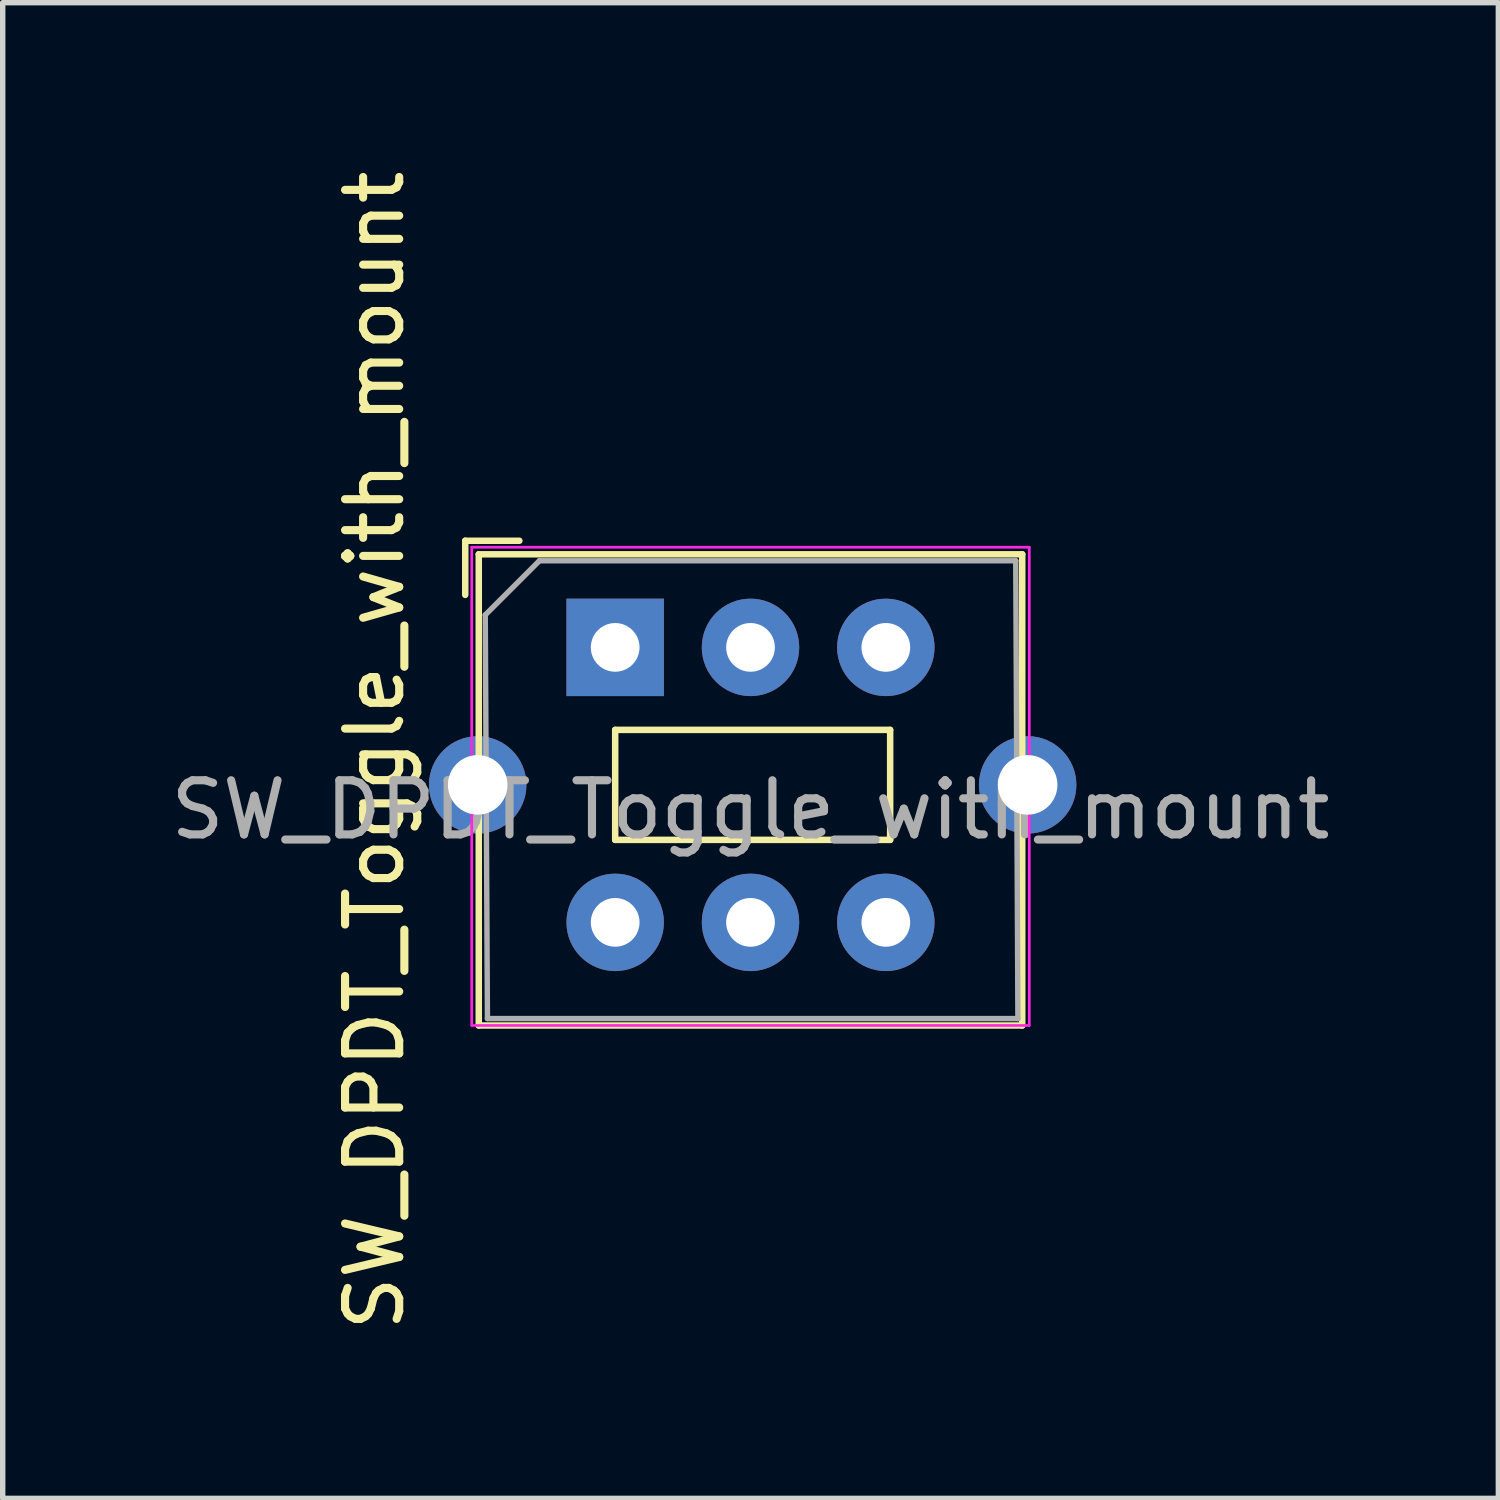
<source format=kicad_pcb>
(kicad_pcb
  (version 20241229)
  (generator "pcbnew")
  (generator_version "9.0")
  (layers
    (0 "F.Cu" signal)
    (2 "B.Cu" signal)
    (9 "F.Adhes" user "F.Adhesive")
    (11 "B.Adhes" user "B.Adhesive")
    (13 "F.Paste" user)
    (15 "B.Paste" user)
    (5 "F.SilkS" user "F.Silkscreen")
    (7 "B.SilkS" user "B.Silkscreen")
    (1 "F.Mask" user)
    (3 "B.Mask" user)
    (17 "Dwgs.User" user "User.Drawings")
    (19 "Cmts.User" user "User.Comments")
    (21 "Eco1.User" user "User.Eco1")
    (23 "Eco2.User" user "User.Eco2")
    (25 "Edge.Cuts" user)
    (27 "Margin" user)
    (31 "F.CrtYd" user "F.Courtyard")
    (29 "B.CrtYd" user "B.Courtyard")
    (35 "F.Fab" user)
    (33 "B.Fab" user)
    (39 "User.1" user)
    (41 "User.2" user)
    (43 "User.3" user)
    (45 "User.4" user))
  (footprint "SW_DPDT_Toggle_with_mount"
    (layer "F.Cu")
    (at 8.315 8.91)
    (property "Reference" "SW_DPDT_Toggle_with_mount" (at -4.445 1.905 270) (layer "F.SilkS") (effects (font (size 1 1) (thickness 0.15))))
    (attr through_hole)
    (fp_line (start -2.77 -0.97) (end -2.77 -1.97) (stroke (width 0.12) (type solid)) (layer "F.SilkS"))
    (fp_line (start -2.52 6.985) (end -2.52 -1.72) (stroke (width 0.12) (type solid)) (layer "F.SilkS"))
    (fp_line (start -1.77 -1.97) (end -2.77 -1.97) (stroke (width 0.12) (type solid)) (layer "F.SilkS"))
    (fp_line (start 0 1.524) (end 0 3.556) (stroke (width 0.12) (type solid)) (layer "F.SilkS"))
    (fp_line (start 5.08 1.524) (end 0 1.524) (stroke (width 0.12) (type solid)) (layer "F.SilkS"))
    (fp_line (start 5.08 1.524) (end 5.08 3.556) (stroke (width 0.12) (type solid)) (layer "F.SilkS"))
    (fp_line (start 5.08 3.556) (end 0 3.556) (stroke (width 0.12) (type solid)) (layer "F.SilkS"))
    (fp_line (start 7.52 -1.72) (end -2.52 -1.72) (stroke (width 0.12) (type solid)) (layer "F.SilkS"))
    (fp_line (start 7.52 6.985) (end -2.52 6.985) (stroke (width 0.12) (type solid)) (layer "F.SilkS"))
    (fp_line (start 7.52 6.985) (end 7.52 -1.72) (stroke (width 0.12) (type solid)) (layer "F.SilkS"))
    (fp_line (start -2.65 -1.85) (end 7.65 -1.85) (stroke (width 0.05) (type solid)) (layer "F.CrtYd"))
    (fp_line (start -2.65 6.985) (end -2.65 -1.85) (stroke (width 0.05) (type solid)) (layer "F.CrtYd"))
    (fp_line (start -2.65 6.985) (end 7.65 6.985) (stroke (width 0.05) (type solid)) (layer "F.CrtYd"))
    (fp_line (start 7.65 -1.85) (end 7.65 6.985) (stroke (width 0.05) (type solid)) (layer "F.CrtYd"))
    (fp_line (start -2.4 -0.6) (end -1.4 -1.6) (stroke (width 0.1) (type solid)) (layer "F.Fab"))
    (fp_line (start -2.36 6.858) (end -2.4 -0.6) (stroke (width 0.1) (type solid)) (layer "F.Fab"))
    (fp_line (start -1.4 -1.6) (end 7.4 -1.6) (stroke (width 0.1) (type solid)) (layer "F.Fab"))
    (fp_line (start 7.4 -1.6) (end 7.44 6.858) (stroke (width 0.1) (type solid)) (layer "F.Fab"))
    (fp_line (start 7.44 6.858) (end -2.36 6.858) (stroke (width 0.1) (type solid)) (layer "F.Fab"))
    (fp_text user "${REFERENCE}" (at 2.5 3 0) (layer "F.Fab") (effects (font (size 1 1) (thickness 0.15))))
    (pad "" thru_hole circle (at -2.54 2.54) (size 1.8 1.8) (drill 1.1) (layers "*.Cu" "*.Mask"))
    (pad "" thru_hole circle (at 7.62 2.54) (size 1.8 1.8) (drill 1.1) (layers "*.Cu" "*.Mask"))
    (pad "1" thru_hole rect (at 0 0) (size 1.8 1.8) (drill 0.9) (layers "*.Cu" "*.Mask"))
    (pad "2" thru_hole circle (at 2.5 0) (size 1.8 1.8) (drill 0.9) (layers "*.Cu" "*.Mask"))
    (pad "3" thru_hole circle (at 5 0) (size 1.8 1.8) (drill 0.9) (layers "*.Cu" "*.Mask"))
    (pad "4" thru_hole circle (at 0 5.08) (size 1.8 1.8) (drill 0.9) (layers "*.Cu" "*.Mask"))
    (pad "5" thru_hole circle (at 2.5 5.08) (size 1.8 1.8) (drill 0.9) (layers "*.Cu" "*.Mask"))
    (pad "6" thru_hole circle (at 5 5.08) (size 1.8 1.8) (drill 0.9) (layers "*.Cu" "*.Mask")))
  (gr_rect
    (start -3 -3)
    (end 24.631 24.631)
    (stroke (width 0.1) (type default))
    (fill no)
    (layer "Edge.Cuts")))
</source>
